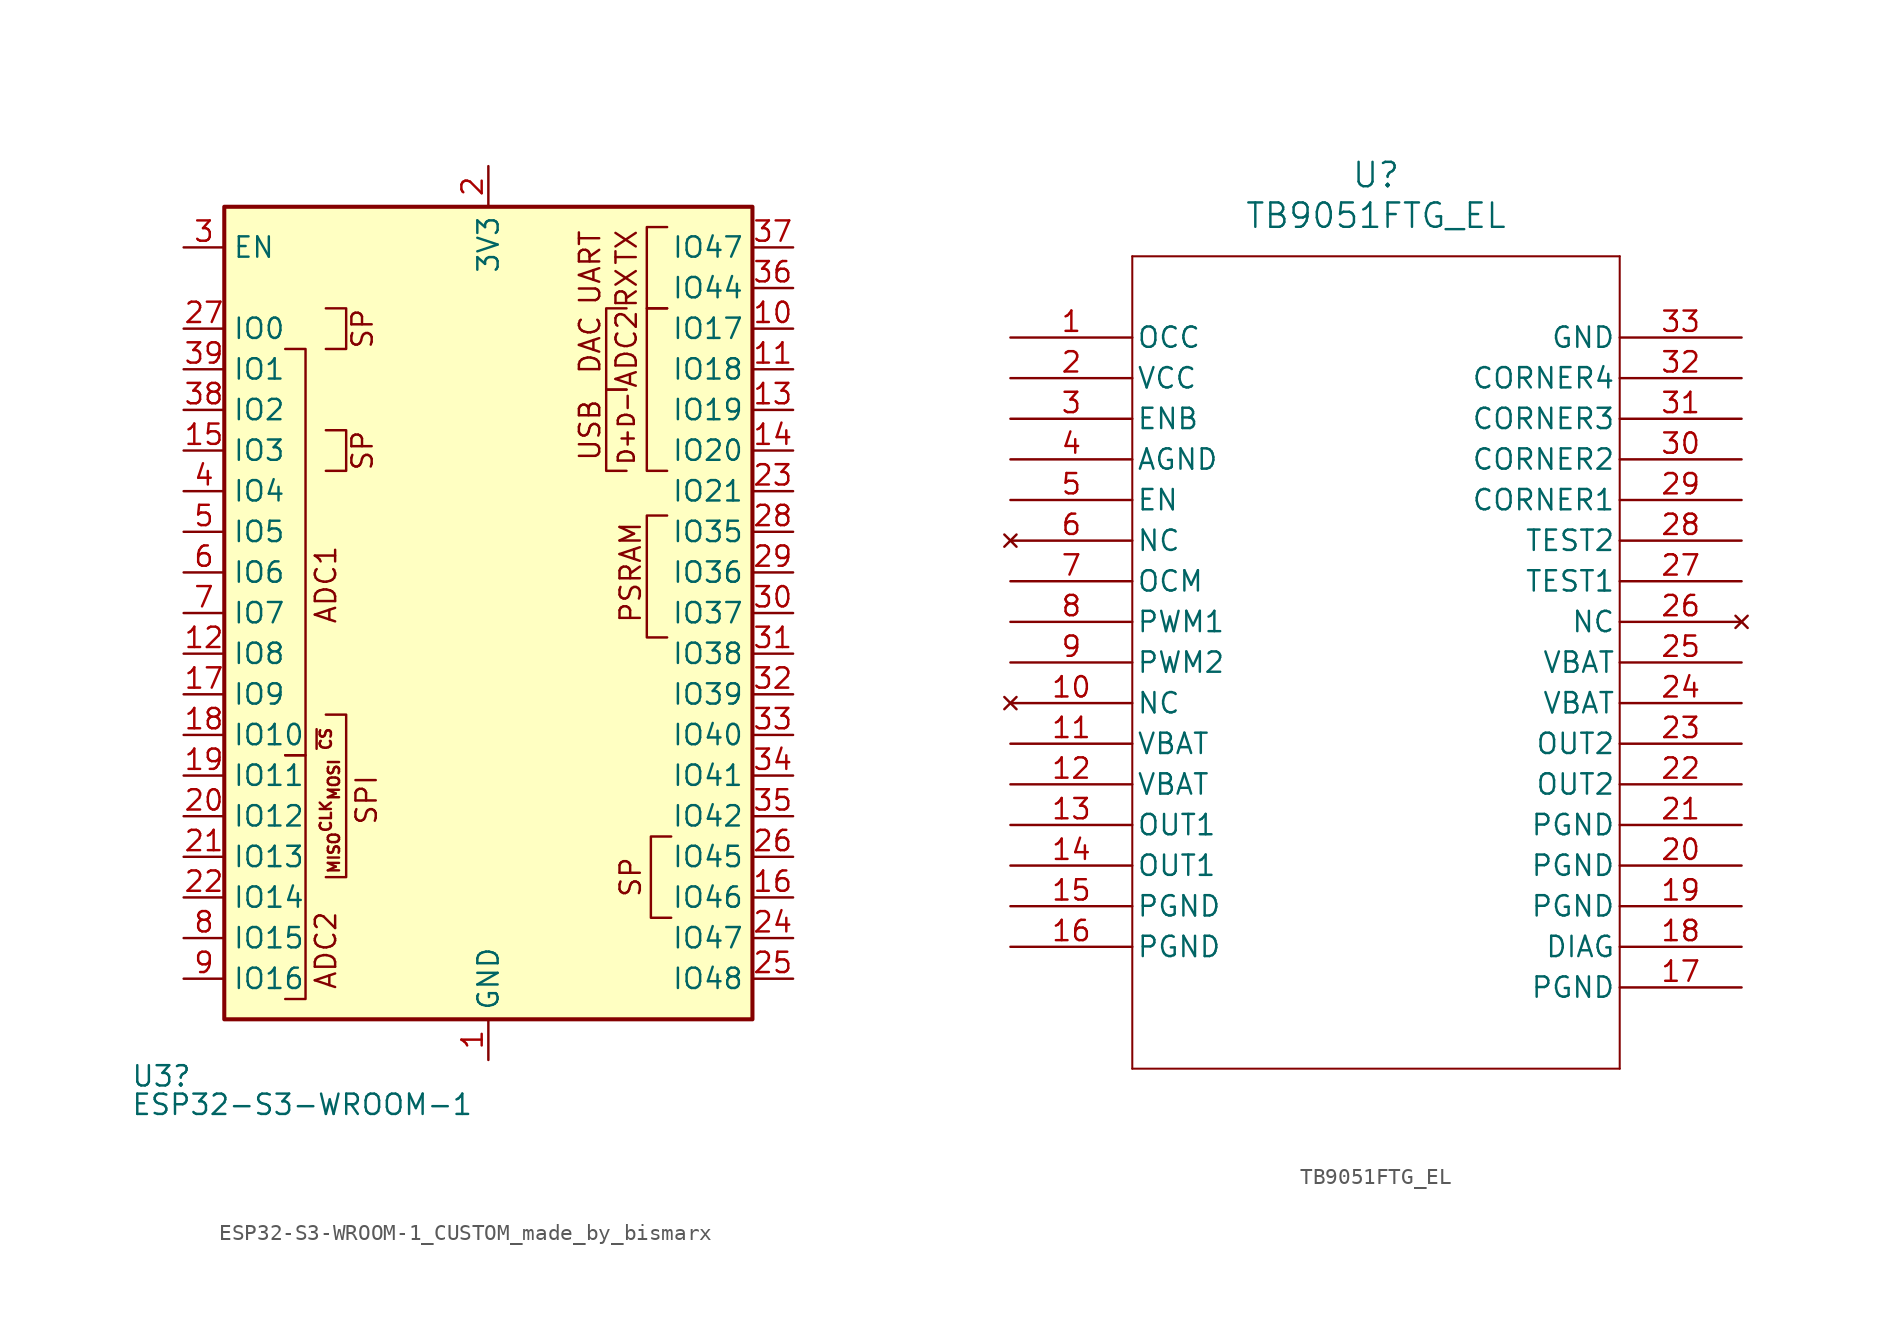
<source format=kicad_sym>
(kicad_symbol_lib
  (version 20241209)
  (generator "kicad_symbol_editor")
  (generator_version "9.0")
  (symbol "ESP32-S3-WROOM-1_CUSTOM_made_by_bismarx"
    (property "Reference" "U3"
      (at -26.162 -28.956 0)
      (effects (font (size 1.27 1.27)) (justify left)))
    (property "Value" "ESP32-S3-WROOM-1"
      (at -26.162 -30.734 0)
      (effects (font (size 1.27 1.27)) (justify left)))
    (symbol "ESP32-S3-WROOM-1_CUSTOM_made_by_bismarx_0_0"
      (rectangle (start -20.32 25.4) (end 12.7 -25.4) (stroke (width 0.254) (type default)) (fill (type background)))
      (text "PSRAM" (at 5.08 2.54 900) (effects (font (size 1.27 1.27)))))
    (symbol "ESP32-S3-WROOM-1_CUSTOM_made_by_bismarx_0_1"
      (polyline (pts (xy -16.51 16.51) (xy -15.24 16.51) (xy -15.24 -8.89) (xy -16.51 -8.89)) (stroke (width 0) (type default)) (fill (type none)))
      (polyline (pts (xy -16.51 -8.89) (xy -15.24 -8.89) (xy -15.24 -24.13) (xy -16.51 -24.13)) (stroke (width 0) (type default)) (fill (type none)))
      (polyline (pts (xy -13.97 16.51) (xy -12.7 16.51) (xy -12.7 19.05) (xy -13.97 19.05)) (stroke (width 0) (type default)) (fill (type none)))
      (polyline (pts (xy -13.97 8.89) (xy -12.7 8.89) (xy -12.7 11.43) (xy -13.97 11.43)) (stroke (width 0) (type default)) (fill (type none)))
      (polyline (pts (xy -13.97 -16.51) (xy -12.7 -16.51) (xy -12.7 -6.35) (xy -13.97 -6.35)) (stroke (width 0) (type default)) (fill (type none)))
      (polyline (pts (xy 4.826 13.97) (xy 3.556 13.97) (xy 3.556 19.05) (xy 4.826 19.05)) (stroke (width 0) (type default)) (fill (type none)))
      (polyline (pts (xy 4.826 8.89) (xy 3.556 8.89) (xy 3.556 13.97) (xy 4.826 13.97)) (stroke (width 0) (type default)) (fill (type none)))
      (polyline (pts (xy 7.366 19.05) (xy 6.096 19.05) (xy 6.096 24.13) (xy 7.366 24.13)) (stroke (width 0) (type default)) (fill (type none)))
      (polyline (pts (xy 7.366 8.89) (xy 6.096 8.89) (xy 6.096 19.05) (xy 7.366 19.05)) (stroke (width 0) (type default)) (fill (type none)))
      (polyline (pts (xy 7.366 -1.524) (xy 6.096 -1.524) (xy 6.096 6.096) (xy 7.366 6.096)) (stroke (width 0) (type default)) (fill (type none)))
      (polyline (pts (xy 7.62 -19.05) (xy 6.35 -19.05) (xy 6.35 -13.97) (xy 7.62 -13.97)) (stroke (width 0) (type default)) (fill (type none))))
    (symbol "ESP32-S3-WROOM-1_CUSTOM_made_by_bismarx_1_0"
      (text "ADC1" (at -13.97 1.778 900) (effects (font (size 1.27 1.27))))
      (text "~{CS}" (at -13.97 -7.874 900) (effects (font (size 0.7 0.7))))
      (text "CLK" (at -13.97 -12.7 900) (effects (font (size 0.7 0.7))))
      (text "ADC2" (at -13.97 -21.082 900) (effects (font (size 1.27 1.27))))
      (text "MOSI" (at -13.462 -10.414 900) (effects (font (size 0.7 0.7))))
      (text "MISO" (at -13.462 -14.986 900) (effects (font (size 0.7 0.7))))
      (text "SP" (at -11.684 17.78 900) (effects (font (size 1.27 1.27))))
      (text "SP" (at -11.684 10.16 900) (effects (font (size 1.27 1.27))))
      (text "SPI" (at -11.43 -11.684 900) (effects (font (size 1.27 1.27))))
      (text "UART" (at 2.54 21.59 900) (effects (font (size 1.27 1.27))))
      (text "DAC" (at 2.54 16.764 900) (effects (font (size 1.27 1.27))))
      (text "USB" (at 2.54 11.43 900) (effects (font (size 1.27 1.27))))
      (text "ADC2" (at 4.826 16.51 900) (effects (font (size 1.27 1.27))))
      (text "D-" (at 4.826 12.7 900) (effects (font (size 1 1))))
      (text "D+" (at 4.826 10.414 900) (effects (font (size 1 1))))
      (text "SP" (at 5.08 -16.51 900) (effects (font (size 1.27 1.27)))))
    (symbol "ESP32-S3-WROOM-1_CUSTOM_made_by_bismarx_1_1"
      (text "TX\n" (at 4.826 22.86 900) (effects (font (size 1.27 1.27))))
      (text "RX" (at 4.826 20.32 900) (effects (font (size 1.27 1.27))))
      (pin input line (at -22.86 22.86 0) (length 2.54) (name "EN" (effects (font (size 1.27 1.27)))) (number "3" (effects (font (size 1.27 1.27)))))
      (pin bidirectional line (at -22.86 17.78 0) (length 2.54) (name "IO0" (effects (font (size 1.27 1.27)))) (number "27" (effects (font (size 1.27 1.27)))))
      (pin bidirectional line (at -22.86 15.24 0) (length 2.54) (name "IO1" (effects (font (size 1.27 1.27)))) (number "39" (effects (font (size 1.27 1.27)))))
      (pin bidirectional line (at -22.86 12.7 0) (length 2.54) (name "IO2" (effects (font (size 1.27 1.27)))) (number "38" (effects (font (size 1.27 1.27)))))
      (pin bidirectional line (at -22.86 10.16 0) (length 2.54) (name "IO3" (effects (font (size 1.27 1.27)))) (number "15" (effects (font (size 1.27 1.27)))))
      (pin bidirectional line (at -22.86 7.62 0) (length 2.54) (name "IO4" (effects (font (size 1.27 1.27)))) (number "4" (effects (font (size 1.27 1.27)))))
      (pin bidirectional line (at -22.86 5.08 0) (length 2.54) (name "IO5" (effects (font (size 1.27 1.27)))) (number "5" (effects (font (size 1.27 1.27)))))
      (pin bidirectional line (at -22.86 2.54 0) (length 2.54) (name "IO6" (effects (font (size 1.27 1.27)))) (number "6" (effects (font (size 1.27 1.27)))))
      (pin bidirectional line (at -22.86 0 0) (length 2.54) (name "IO7" (effects (font (size 1.27 1.27)))) (number "7" (effects (font (size 1.27 1.27)))))
      (pin bidirectional line (at -22.86 -2.54 0) (length 2.54) (name "IO8" (effects (font (size 1.27 1.27)))) (number "12" (effects (font (size 1.27 1.27)))))
      (pin bidirectional line (at -22.86 -5.08 0) (length 2.54) (name "IO9" (effects (font (size 1.27 1.27)))) (number "17" (effects (font (size 1.27 1.27)))))
      (pin bidirectional line (at -22.86 -7.62 0) (length 2.54) (name "IO10" (effects (font (size 1.27 1.27)))) (number "18" (effects (font (size 1.27 1.27)))))
      (pin bidirectional line (at -22.86 -10.16 0) (length 2.54) (name "IO11" (effects (font (size 1.27 1.27)))) (number "19" (effects (font (size 1.27 1.27)))))
      (pin bidirectional line (at -22.86 -12.7 0) (length 2.54) (name "IO12" (effects (font (size 1.27 1.27)))) (number "20" (effects (font (size 1.27 1.27)))))
      (pin bidirectional line (at -22.86 -15.24 0) (length 2.54) (name "IO13" (effects (font (size 1.27 1.27)))) (number "21" (effects (font (size 1.27 1.27)))))
      (pin bidirectional line (at -22.86 -17.78 0) (length 2.54) (name "IO14" (effects (font (size 1.27 1.27)))) (number "22" (effects (font (size 1.27 1.27)))))
      (pin bidirectional line (at -22.86 -20.32 0) (length 2.54) (name "IO15" (effects (font (size 1.27 1.27)))) (number "8" (effects (font (size 1.27 1.27)))))
      (pin bidirectional line (at -22.86 -22.86 0) (length 2.54) (name "IO16" (effects (font (size 1.27 1.27)))) (number "9" (effects (font (size 1.27 1.27)))))
      (pin power_in line (at -3.81 27.94 270) (length 2.54) (name "3V3" (effects (font (size 1.27 1.27)))) (number "2" (effects (font (size 1.27 1.27)))))
      (pin power_in line (at -3.81 -27.94 90) (length 2.54) (name "GND" (effects (font (size 1.27 1.27)))) (number "1" (effects (font (size 1.27 1.27)))))
      (pin passive line (at -3.81 -27.94 90) (length 2.54) (hide yes) (name "GND" (effects (font (size 1.27 1.27)))) (number "40" (effects (font (size 1.27 1.27)))))
      (pin passive line (at -3.81 -27.94 90) (length 2.54) (hide yes) (name "GND" (effects (font (size 1.27 1.27)))) (number "41" (effects (font (size 1.27 1.27)))))
      (pin bidirectional line (at 15.24 22.86 180) (length 2.54) (name "IO47" (effects (font (size 1.27 1.27)))) (number "37" (effects (font (size 1.27 1.27)))))
      (pin bidirectional line (at 15.24 20.32 180) (length 2.54) (name "IO44" (effects (font (size 1.27 1.27)))) (number "36" (effects (font (size 1.27 1.27)))))
      (pin bidirectional line (at 15.24 17.78 180) (length 2.54) (name "IO17" (effects (font (size 1.27 1.27)))) (number "10" (effects (font (size 1.27 1.27)))))
      (pin bidirectional line (at 15.24 15.24 180) (length 2.54) (name "IO18" (effects (font (size 1.27 1.27)))) (number "11" (effects (font (size 1.27 1.27)))))
      (pin bidirectional line (at 15.24 12.7 180) (length 2.54) (name "IO19" (effects (font (size 1.27 1.27)))) (number "13" (effects (font (size 1.27 1.27)))))
      (pin bidirectional line (at 15.24 10.16 180) (length 2.54) (name "IO20" (effects (font (size 1.27 1.27)))) (number "14" (effects (font (size 1.27 1.27)))))
      (pin bidirectional line (at 15.24 7.62 180) (length 2.54) (name "IO21" (effects (font (size 1.27 1.27)))) (number "23" (effects (font (size 1.27 1.27)))))
      (pin bidirectional line (at 15.24 5.08 180) (length 2.54) (name "IO35" (effects (font (size 1.27 1.27)))) (number "28" (effects (font (size 1.27 1.27)))))
      (pin bidirectional line (at 15.24 2.54 180) (length 2.54) (name "IO36" (effects (font (size 1.27 1.27)))) (number "29" (effects (font (size 1.27 1.27)))))
      (pin bidirectional line (at 15.24 0 180) (length 2.54) (name "IO37" (effects (font (size 1.27 1.27)))) (number "30" (effects (font (size 1.27 1.27)))))
      (pin bidirectional line (at 15.24 -2.54 180) (length 2.54) (name "IO38" (effects (font (size 1.27 1.27)))) (number "31" (effects (font (size 1.27 1.27)))))
      (pin bidirectional line (at 15.24 -5.08 180) (length 2.54) (name "IO39" (effects (font (size 1.27 1.27)))) (number "32" (effects (font (size 1.27 1.27)))))
      (pin bidirectional line (at 15.24 -7.62 180) (length 2.54) (name "IO40" (effects (font (size 1.27 1.27)))) (number "33" (effects (font (size 1.27 1.27)))))
      (pin bidirectional line (at 15.24 -10.16 180) (length 2.54) (name "IO41" (effects (font (size 1.27 1.27)))) (number "34" (effects (font (size 1.27 1.27)))))
      (pin bidirectional line (at 15.24 -12.7 180) (length 2.54) (name "IO42" (effects (font (size 1.27 1.27)))) (number "35" (effects (font (size 1.27 1.27)))))
      (pin bidirectional line (at 15.24 -15.24 180) (length 2.54) (name "IO45" (effects (font (size 1.27 1.27)))) (number "26" (effects (font (size 1.27 1.27)))))
      (pin bidirectional line (at 15.24 -17.78 180) (length 2.54) (name "IO46" (effects (font (size 1.27 1.27)))) (number "16" (effects (font (size 1.27 1.27)))))
      (pin bidirectional line (at 15.24 -20.32 180) (length 2.54) (name "IO47" (effects (font (size 1.27 1.27)))) (number "24" (effects (font (size 1.27 1.27)))))
      (pin bidirectional line (at 15.24 -22.86 180) (length 2.54) (name "IO48" (effects (font (size 1.27 1.27)))) (number "25" (effects (font (size 1.27 1.27)))))))
  (symbol "TB9051FTG_EL"
    (pin_names
      (offset 0.254))
    (property "Reference" "U"
      (at 22.86 10.16 0)
      (effects (font (size 1.524 1.524))))
    (property "Value" "TB9051FTG_EL"
      (at 22.86 7.62 0)
      (effects (font (size 1.524 1.524))))
    (property "ki_locked" ""
      (at 0 0 0)
      (effects (font (size 1.27 1.27))))
    (symbol "TB9051FTG_EL_0_1"
      (polyline (pts (xy 7.62 5.08) (xy 7.62 -45.72)) (stroke (width 0.127) (type default)) (fill (type none)))
      (polyline (pts (xy 7.62 -45.72) (xy 38.1 -45.72)) (stroke (width 0.127) (type default)) (fill (type none)))
      (polyline (pts (xy 38.1 5.08) (xy 7.62 5.08)) (stroke (width 0.127) (type default)) (fill (type none)))
      (polyline (pts (xy 38.1 -45.72) (xy 38.1 5.08)) (stroke (width 0.127) (type default)) (fill (type none)))
      (pin unspecified line (at 0 0 0) (length 7.62) (name "OCC" (effects (font (size 1.27 1.27)))) (number "1" (effects (font (size 1.27 1.27)))))
      (pin power_in line (at 0 -2.54 0) (length 7.62) (name "VCC" (effects (font (size 1.27 1.27)))) (number "2" (effects (font (size 1.27 1.27)))))
      (pin unspecified line (at 0 -5.08 0) (length 7.62) (name "ENB" (effects (font (size 1.27 1.27)))) (number "3" (effects (font (size 1.27 1.27)))))
      (pin power_out line (at 0 -7.62 0) (length 7.62) (name "AGND" (effects (font (size 1.27 1.27)))) (number "4" (effects (font (size 1.27 1.27)))))
      (pin unspecified line (at 0 -10.16 0) (length 7.62) (name "EN" (effects (font (size 1.27 1.27)))) (number "5" (effects (font (size 1.27 1.27)))))
      (pin no_connect line (at 0 -12.7 0) (length 7.62) (name "NC" (effects (font (size 1.27 1.27)))) (number "6" (effects (font (size 1.27 1.27)))))
      (pin unspecified line (at 0 -15.24 0) (length 7.62) (name "OCM" (effects (font (size 1.27 1.27)))) (number "7" (effects (font (size 1.27 1.27)))))
      (pin bidirectional line (at 0 -17.78 0) (length 7.62) (name "PWM1" (effects (font (size 1.27 1.27)))) (number "8" (effects (font (size 1.27 1.27)))))
      (pin bidirectional line (at 0 -20.32 0) (length 7.62) (name "PWM2" (effects (font (size 1.27 1.27)))) (number "9" (effects (font (size 1.27 1.27)))))
      (pin no_connect line (at 0 -22.86 0) (length 7.62) (name "NC" (effects (font (size 1.27 1.27)))) (number "10" (effects (font (size 1.27 1.27)))))
      (pin unspecified line (at 0 -25.4 0) (length 7.62) (name "VBAT" (effects (font (size 1.27 1.27)))) (number "11" (effects (font (size 1.27 1.27)))))
      (pin unspecified line (at 0 -27.94 0) (length 7.62) (name "VBAT" (effects (font (size 1.27 1.27)))) (number "12" (effects (font (size 1.27 1.27)))))
      (pin output line (at 0 -30.48 0) (length 7.62) (name "OUT1" (effects (font (size 1.27 1.27)))) (number "13" (effects (font (size 1.27 1.27)))))
      (pin output line (at 0 -33.02 0) (length 7.62) (name "OUT1" (effects (font (size 1.27 1.27)))) (number "14" (effects (font (size 1.27 1.27)))))
      (pin power_out line (at 0 -35.56 0) (length 7.62) (name "PGND" (effects (font (size 1.27 1.27)))) (number "15" (effects (font (size 1.27 1.27)))))
      (pin power_out line (at 0 -38.1 0) (length 7.62) (name "PGND" (effects (font (size 1.27 1.27)))) (number "16" (effects (font (size 1.27 1.27)))))
      (pin power_out line (at 45.72 0 180) (length 7.62) (name "GND" (effects (font (size 1.27 1.27)))) (number "33" (effects (font (size 1.27 1.27)))))
      (pin power_out line (at 45.72 -2.54 180) (length 7.62) (name "CORNER4" (effects (font (size 1.27 1.27)))) (number "32" (effects (font (size 1.27 1.27)))))
      (pin power_out line (at 45.72 -5.08 180) (length 7.62) (name "CORNER3" (effects (font (size 1.27 1.27)))) (number "31" (effects (font (size 1.27 1.27)))))
      (pin power_out line (at 45.72 -7.62 180) (length 7.62) (name "CORNER2" (effects (font (size 1.27 1.27)))) (number "30" (effects (font (size 1.27 1.27)))))
      (pin power_out line (at 45.72 -10.16 180) (length 7.62) (name "CORNER1" (effects (font (size 1.27 1.27)))) (number "29" (effects (font (size 1.27 1.27)))))
      (pin bidirectional line (at 45.72 -12.7 180) (length 7.62) (name "TEST2" (effects (font (size 1.27 1.27)))) (number "28" (effects (font (size 1.27 1.27)))))
      (pin bidirectional line (at 45.72 -15.24 180) (length 7.62) (name "TEST1" (effects (font (size 1.27 1.27)))) (number "27" (effects (font (size 1.27 1.27)))))
      (pin no_connect line (at 45.72 -17.78 180) (length 7.62) (name "NC" (effects (font (size 1.27 1.27)))) (number "26" (effects (font (size 1.27 1.27)))))
      (pin unspecified line (at 45.72 -20.32 180) (length 7.62) (name "VBAT" (effects (font (size 1.27 1.27)))) (number "25" (effects (font (size 1.27 1.27)))))
      (pin unspecified line (at 45.72 -22.86 180) (length 7.62) (name "VBAT" (effects (font (size 1.27 1.27)))) (number "24" (effects (font (size 1.27 1.27)))))
      (pin output line (at 45.72 -25.4 180) (length 7.62) (name "OUT2" (effects (font (size 1.27 1.27)))) (number "23" (effects (font (size 1.27 1.27)))))
      (pin output line (at 45.72 -27.94 180) (length 7.62) (name "OUT2" (effects (font (size 1.27 1.27)))) (number "22" (effects (font (size 1.27 1.27)))))
      (pin power_out line (at 45.72 -30.48 180) (length 7.62) (name "PGND" (effects (font (size 1.27 1.27)))) (number "21" (effects (font (size 1.27 1.27)))))
      (pin power_out line (at 45.72 -33.02 180) (length 7.62) (name "PGND" (effects (font (size 1.27 1.27)))) (number "20" (effects (font (size 1.27 1.27)))))
      (pin power_out line (at 45.72 -35.56 180) (length 7.62) (name "PGND" (effects (font (size 1.27 1.27)))) (number "19" (effects (font (size 1.27 1.27)))))
      (pin unspecified line (at 45.72 -38.1 180) (length 7.62) (name "DIAG" (effects (font (size 1.27 1.27)))) (number "18" (effects (font (size 1.27 1.27)))))
      (pin power_out line (at 45.72 -40.64 180) (length 7.62) (name "PGND" (effects (font (size 1.27 1.27)))) (number "17" (effects (font (size 1.27 1.27))))))))
</source>
